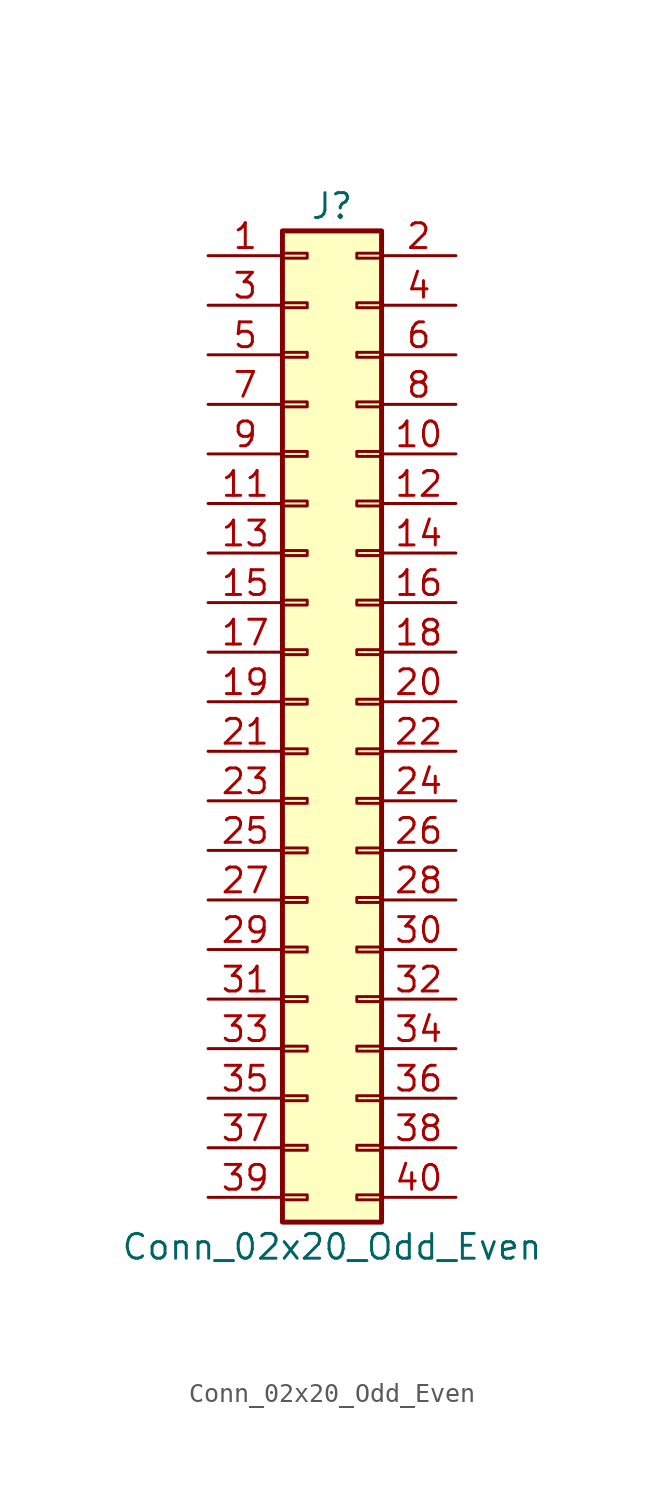
<source format=kicad_sym>
(kicad_symbol_lib
  (version 20220914)
  (generator kicad_symbol_editor)
  (symbol "Conn_02x20_Odd_Even"
    (pin_names
      (offset 1.016) hide)
    (property "Reference" "J"
      (at 1.27 25.4 0)
      (effects (font (size 1.27 1.27))))
    (property "Value" "Conn_02x20_Odd_Even"
      (at 1.27 -27.94 0)
      (effects (font (size 1.27 1.27))))
    (symbol "Conn_02x20_Odd_Even_1_1"
      (rectangle (start -1.27 -25.273) (end 0 -25.527) (stroke (width 0.152) (type solid)) (fill (type none)))
      (rectangle (start -1.27 -22.733) (end 0 -22.987) (stroke (width 0.152) (type solid)) (fill (type none)))
      (rectangle (start -1.27 -20.193) (end 0 -20.447) (stroke (width 0.152) (type solid)) (fill (type none)))
      (rectangle (start -1.27 -17.653) (end 0 -17.907) (stroke (width 0.152) (type solid)) (fill (type none)))
      (rectangle (start -1.27 -15.113) (end 0 -15.367) (stroke (width 0.152) (type solid)) (fill (type none)))
      (rectangle (start -1.27 -12.573) (end 0 -12.827) (stroke (width 0.152) (type solid)) (fill (type none)))
      (rectangle (start -1.27 -10.033) (end 0 -10.287) (stroke (width 0.152) (type solid)) (fill (type none)))
      (rectangle (start -1.27 -7.493) (end 0 -7.747) (stroke (width 0.152) (type solid)) (fill (type none)))
      (rectangle (start -1.27 -4.953) (end 0 -5.207) (stroke (width 0.152) (type solid)) (fill (type none)))
      (rectangle (start -1.27 -2.413) (end 0 -2.667) (stroke (width 0.152) (type solid)) (fill (type none)))
      (rectangle (start -1.27 0.127) (end 0 -0.127) (stroke (width 0.152) (type solid)) (fill (type none)))
      (rectangle (start -1.27 2.667) (end 0 2.413) (stroke (width 0.152) (type solid)) (fill (type none)))
      (rectangle (start -1.27 5.207) (end 0 4.953) (stroke (width 0.152) (type solid)) (fill (type none)))
      (rectangle (start -1.27 7.747) (end 0 7.493) (stroke (width 0.152) (type solid)) (fill (type none)))
      (rectangle (start -1.27 10.287) (end 0 10.033) (stroke (width 0.152) (type solid)) (fill (type none)))
      (rectangle (start -1.27 12.827) (end 0 12.573) (stroke (width 0.152) (type solid)) (fill (type none)))
      (rectangle (start -1.27 15.367) (end 0 15.113) (stroke (width 0.152) (type solid)) (fill (type none)))
      (rectangle (start -1.27 17.907) (end 0 17.653) (stroke (width 0.152) (type solid)) (fill (type none)))
      (rectangle (start -1.27 20.447) (end 0 20.193) (stroke (width 0.152) (type solid)) (fill (type none)))
      (rectangle (start -1.27 22.987) (end 0 22.733) (stroke (width 0.152) (type solid)) (fill (type none)))
      (rectangle (start -1.27 24.13) (end 3.81 -26.67) (stroke (width 0.254) (type solid)) (fill (type background)))
      (rectangle (start 3.81 -25.273) (end 2.54 -25.527) (stroke (width 0.152) (type solid)) (fill (type none)))
      (rectangle (start 3.81 -22.733) (end 2.54 -22.987) (stroke (width 0.152) (type solid)) (fill (type none)))
      (rectangle (start 3.81 -20.193) (end 2.54 -20.447) (stroke (width 0.152) (type solid)) (fill (type none)))
      (rectangle (start 3.81 -17.653) (end 2.54 -17.907) (stroke (width 0.152) (type solid)) (fill (type none)))
      (rectangle (start 3.81 -15.113) (end 2.54 -15.367) (stroke (width 0.152) (type solid)) (fill (type none)))
      (rectangle (start 3.81 -12.573) (end 2.54 -12.827) (stroke (width 0.152) (type solid)) (fill (type none)))
      (rectangle (start 3.81 -10.033) (end 2.54 -10.287) (stroke (width 0.152) (type solid)) (fill (type none)))
      (rectangle (start 3.81 -7.493) (end 2.54 -7.747) (stroke (width 0.152) (type solid)) (fill (type none)))
      (rectangle (start 3.81 -4.953) (end 2.54 -5.207) (stroke (width 0.152) (type solid)) (fill (type none)))
      (rectangle (start 3.81 -2.413) (end 2.54 -2.667) (stroke (width 0.152) (type solid)) (fill (type none)))
      (rectangle (start 3.81 0.127) (end 2.54 -0.127) (stroke (width 0.152) (type solid)) (fill (type none)))
      (rectangle (start 3.81 2.667) (end 2.54 2.413) (stroke (width 0.152) (type solid)) (fill (type none)))
      (rectangle (start 3.81 5.207) (end 2.54 4.953) (stroke (width 0.152) (type solid)) (fill (type none)))
      (rectangle (start 3.81 7.747) (end 2.54 7.493) (stroke (width 0.152) (type solid)) (fill (type none)))
      (rectangle (start 3.81 10.287) (end 2.54 10.033) (stroke (width 0.152) (type solid)) (fill (type none)))
      (rectangle (start 3.81 12.827) (end 2.54 12.573) (stroke (width 0.152) (type solid)) (fill (type none)))
      (rectangle (start 3.81 15.367) (end 2.54 15.113) (stroke (width 0.152) (type solid)) (fill (type none)))
      (rectangle (start 3.81 17.907) (end 2.54 17.653) (stroke (width 0.152) (type solid)) (fill (type none)))
      (rectangle (start 3.81 20.447) (end 2.54 20.193) (stroke (width 0.152) (type solid)) (fill (type none)))
      (rectangle (start 3.81 22.987) (end 2.54 22.733) (stroke (width 0.152) (type solid)) (fill (type none)))
      (pin passive line (at -5.08 22.86 0) (length 3.81) (name "Pin_1" (effects (font (size 1.27 1.27)))) (number "1" (effects (font (size 1.27 1.27)))))
      (pin passive line (at 7.62 12.7 180) (length 3.81) (name "Pin_10" (effects (font (size 1.27 1.27)))) (number "10" (effects (font (size 1.27 1.27)))))
      (pin passive line (at -5.08 10.16 0) (length 3.81) (name "Pin_11" (effects (font (size 1.27 1.27)))) (number "11" (effects (font (size 1.27 1.27)))))
      (pin passive line (at 7.62 10.16 180) (length 3.81) (name "Pin_12" (effects (font (size 1.27 1.27)))) (number "12" (effects (font (size 1.27 1.27)))))
      (pin passive line (at -5.08 7.62 0) (length 3.81) (name "Pin_13" (effects (font (size 1.27 1.27)))) (number "13" (effects (font (size 1.27 1.27)))))
      (pin passive line (at 7.62 7.62 180) (length 3.81) (name "Pin_14" (effects (font (size 1.27 1.27)))) (number "14" (effects (font (size 1.27 1.27)))))
      (pin passive line (at -5.08 5.08 0) (length 3.81) (name "Pin_15" (effects (font (size 1.27 1.27)))) (number "15" (effects (font (size 1.27 1.27)))))
      (pin passive line (at 7.62 5.08 180) (length 3.81) (name "Pin_16" (effects (font (size 1.27 1.27)))) (number "16" (effects (font (size 1.27 1.27)))))
      (pin passive line (at -5.08 2.54 0) (length 3.81) (name "Pin_17" (effects (font (size 1.27 1.27)))) (number "17" (effects (font (size 1.27 1.27)))))
      (pin passive line (at 7.62 2.54 180) (length 3.81) (name "Pin_18" (effects (font (size 1.27 1.27)))) (number "18" (effects (font (size 1.27 1.27)))))
      (pin passive line (at -5.08 0 0) (length 3.81) (name "Pin_19" (effects (font (size 1.27 1.27)))) (number "19" (effects (font (size 1.27 1.27)))))
      (pin passive line (at 7.62 22.86 180) (length 3.81) (name "Pin_2" (effects (font (size 1.27 1.27)))) (number "2" (effects (font (size 1.27 1.27)))))
      (pin passive line (at 7.62 0 180) (length 3.81) (name "Pin_20" (effects (font (size 1.27 1.27)))) (number "20" (effects (font (size 1.27 1.27)))))
      (pin passive line (at -5.08 -2.54 0) (length 3.81) (name "Pin_21" (effects (font (size 1.27 1.27)))) (number "21" (effects (font (size 1.27 1.27)))))
      (pin passive line (at 7.62 -2.54 180) (length 3.81) (name "Pin_22" (effects (font (size 1.27 1.27)))) (number "22" (effects (font (size 1.27 1.27)))))
      (pin passive line (at -5.08 -5.08 0) (length 3.81) (name "Pin_23" (effects (font (size 1.27 1.27)))) (number "23" (effects (font (size 1.27 1.27)))))
      (pin passive line (at 7.62 -5.08 180) (length 3.81) (name "Pin_24" (effects (font (size 1.27 1.27)))) (number "24" (effects (font (size 1.27 1.27)))))
      (pin passive line (at -5.08 -7.62 0) (length 3.81) (name "Pin_25" (effects (font (size 1.27 1.27)))) (number "25" (effects (font (size 1.27 1.27)))))
      (pin passive line (at 7.62 -7.62 180) (length 3.81) (name "Pin_26" (effects (font (size 1.27 1.27)))) (number "26" (effects (font (size 1.27 1.27)))))
      (pin passive line (at -5.08 -10.16 0) (length 3.81) (name "Pin_27" (effects (font (size 1.27 1.27)))) (number "27" (effects (font (size 1.27 1.27)))))
      (pin passive line (at 7.62 -10.16 180) (length 3.81) (name "Pin_28" (effects (font (size 1.27 1.27)))) (number "28" (effects (font (size 1.27 1.27)))))
      (pin passive line (at -5.08 -12.7 0) (length 3.81) (name "Pin_29" (effects (font (size 1.27 1.27)))) (number "29" (effects (font (size 1.27 1.27)))))
      (pin passive line (at -5.08 20.32 0) (length 3.81) (name "Pin_3" (effects (font (size 1.27 1.27)))) (number "3" (effects (font (size 1.27 1.27)))))
      (pin passive line (at 7.62 -12.7 180) (length 3.81) (name "Pin_30" (effects (font (size 1.27 1.27)))) (number "30" (effects (font (size 1.27 1.27)))))
      (pin passive line (at -5.08 -15.24 0) (length 3.81) (name "Pin_31" (effects (font (size 1.27 1.27)))) (number "31" (effects (font (size 1.27 1.27)))))
      (pin passive line (at 7.62 -15.24 180) (length 3.81) (name "Pin_32" (effects (font (size 1.27 1.27)))) (number "32" (effects (font (size 1.27 1.27)))))
      (pin passive line (at -5.08 -17.78 0) (length 3.81) (name "Pin_33" (effects (font (size 1.27 1.27)))) (number "33" (effects (font (size 1.27 1.27)))))
      (pin passive line (at 7.62 -17.78 180) (length 3.81) (name "Pin_34" (effects (font (size 1.27 1.27)))) (number "34" (effects (font (size 1.27 1.27)))))
      (pin passive line (at -5.08 -20.32 0) (length 3.81) (name "Pin_35" (effects (font (size 1.27 1.27)))) (number "35" (effects (font (size 1.27 1.27)))))
      (pin passive line (at 7.62 -20.32 180) (length 3.81) (name "Pin_36" (effects (font (size 1.27 1.27)))) (number "36" (effects (font (size 1.27 1.27)))))
      (pin passive line (at -5.08 -22.86 0) (length 3.81) (name "Pin_37" (effects (font (size 1.27 1.27)))) (number "37" (effects (font (size 1.27 1.27)))))
      (pin passive line (at 7.62 -22.86 180) (length 3.81) (name "Pin_38" (effects (font (size 1.27 1.27)))) (number "38" (effects (font (size 1.27 1.27)))))
      (pin passive line (at -5.08 -25.4 0) (length 3.81) (name "Pin_39" (effects (font (size 1.27 1.27)))) (number "39" (effects (font (size 1.27 1.27)))))
      (pin passive line (at 7.62 20.32 180) (length 3.81) (name "Pin_4" (effects (font (size 1.27 1.27)))) (number "4" (effects (font (size 1.27 1.27)))))
      (pin passive line (at 7.62 -25.4 180) (length 3.81) (name "Pin_40" (effects (font (size 1.27 1.27)))) (number "40" (effects (font (size 1.27 1.27)))))
      (pin passive line (at -5.08 17.78 0) (length 3.81) (name "Pin_5" (effects (font (size 1.27 1.27)))) (number "5" (effects (font (size 1.27 1.27)))))
      (pin passive line (at 7.62 17.78 180) (length 3.81) (name "Pin_6" (effects (font (size 1.27 1.27)))) (number "6" (effects (font (size 1.27 1.27)))))
      (pin passive line (at -5.08 15.24 0) (length 3.81) (name "Pin_7" (effects (font (size 1.27 1.27)))) (number "7" (effects (font (size 1.27 1.27)))))
      (pin passive line (at 7.62 15.24 180) (length 3.81) (name "Pin_8" (effects (font (size 1.27 1.27)))) (number "8" (effects (font (size 1.27 1.27)))))
      (pin passive line (at -5.08 12.7 0) (length 3.81) (name "Pin_9" (effects (font (size 1.27 1.27)))) (number "9" (effects (font (size 1.27 1.27))))))))
</source>
